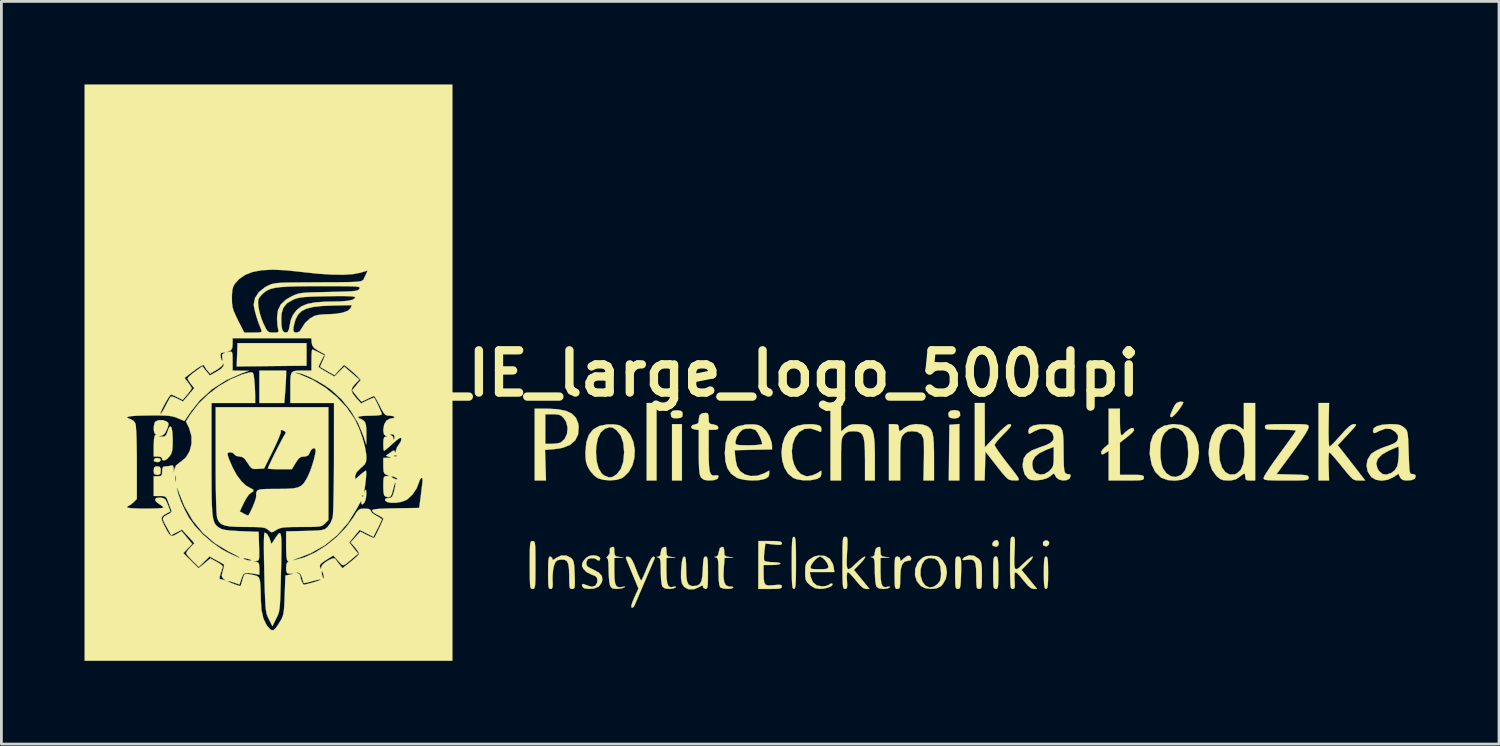
<source format=kicad_pcb>
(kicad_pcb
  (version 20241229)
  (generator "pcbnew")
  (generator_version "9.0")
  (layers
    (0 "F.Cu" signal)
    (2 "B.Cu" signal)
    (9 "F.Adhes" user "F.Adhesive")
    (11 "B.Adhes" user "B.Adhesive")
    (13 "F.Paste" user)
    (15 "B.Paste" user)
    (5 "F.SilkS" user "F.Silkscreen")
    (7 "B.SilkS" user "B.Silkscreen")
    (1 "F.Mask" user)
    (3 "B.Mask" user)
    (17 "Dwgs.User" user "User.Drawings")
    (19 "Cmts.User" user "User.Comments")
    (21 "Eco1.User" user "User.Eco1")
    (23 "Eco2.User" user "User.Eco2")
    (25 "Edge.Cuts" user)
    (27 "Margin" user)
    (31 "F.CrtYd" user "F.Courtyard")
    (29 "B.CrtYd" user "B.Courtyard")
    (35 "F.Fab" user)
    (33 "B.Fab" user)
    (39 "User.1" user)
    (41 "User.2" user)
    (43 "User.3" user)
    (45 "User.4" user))
  (footprint "PŁ_IE_large_logo_500dpi"
    (layer "F.Cu")
    (at 23.983 10.419)
    (property "Reference" "PŁ_IE_large_logo_500dpi" (at 0 0 0) (layer "F.SilkS") (effects (font (size 1.524 1.524) (thickness 0.3))))
    (attr through_hole)
    (fp_poly (pts (xy -3.353 3.861) (xy -3.708 3.861) (xy -3.708 1.067) (xy -3.353 1.067) (xy -3.353 3.861)) (stroke (width 0.01) (type solid)) (fill yes) (layer "F.SilkS"))
    (fp_poly (pts (xy -2.438 3.861) (xy -2.794 3.861) (xy -2.794 1.829) (xy -2.438 1.829) (xy -2.438 3.861)) (stroke (width 0.01) (type solid)) (fill yes) (layer "F.SilkS"))
    (fp_poly (pts (xy -15.977 -0.279) (xy -17.236 -0.266) (xy -18.495 -0.252) (xy -18.481 -0.672) (xy -18.466 -1.092) (xy -15.977 -1.092) (xy -15.977 -0.279)) (stroke (width 0.01) (type solid)) (fill yes) (layer "F.SilkS"))
    (fp_poly (pts (xy 7.569 3.861) (xy 7.379 3.861) (xy 7.188 3.861) (xy 7.198 2.858) (xy 7.209 1.854) (xy 7.569 1.823) (xy 7.569 3.861)) (stroke (width 0.01) (type solid)) (fill yes) (layer "F.SilkS"))
    (fp_poly (pts (xy -21.259 3.074) (xy -21.234 3.124) (xy -21.279 3.185) (xy -21.361 3.2) (xy -21.464 3.174) (xy -21.488 3.124) (xy -21.444 3.063) (xy -21.361 3.048) (xy -21.259 3.074)) (stroke (width 0.01) (type solid)) (fill yes) (layer "F.SilkS"))
    (fp_poly (pts (xy -16.714 0.064) (xy -16.718 0.193) (xy -16.728 0.386) (xy -16.743 0.605) (xy -16.746 0.648) (xy -16.779 1.067) (xy -17.678 1.067) (xy -17.678 -0.102) (xy -16.713 -0.102) (xy -16.714 0.064)) (stroke (width 0.01) (type solid)) (fill yes) (layer "F.SilkS"))
    (fp_poly (pts (xy 10.755 6.031) (xy 10.808 6.091) (xy 10.795 6.173) (xy 10.725 6.233) (xy 10.705 6.239) (xy 10.615 6.213) (xy 10.584 6.171) (xy 10.59 6.079) (xy 10.663 6.025) (xy 10.755 6.031)) (stroke (width 0.01) (type solid)) (fill yes) (layer "F.SilkS"))
    (fp_poly (pts (xy 7.524 1.343) (xy 7.588 1.397) (xy 7.598 1.523) (xy 7.522 1.601) (xy 7.384 1.626) (xy 7.244 1.603) (xy 7.181 1.549) (xy 7.171 1.424) (xy 7.247 1.345) (xy 7.384 1.321) (xy 7.524 1.343)) (stroke (width 0.01) (type solid)) (fill yes) (layer "F.SilkS"))
    (fp_poly (pts (xy 8.936 6.017) (xy 8.99 6.093) (xy 8.983 6.184) (xy 8.923 6.244) (xy 8.893 6.248) (xy 8.794 6.223) (xy 8.76 6.193) (xy 8.763 6.118) (xy 8.822 6.044) (xy 8.901 6.009) (xy 8.936 6.017)) (stroke (width 0.01) (type solid)) (fill yes) (layer "F.SilkS"))
    (fp_poly (pts (xy -21.271 3.369) (xy -21.237 3.439) (xy -21.234 3.505) (xy -21.248 3.614) (xy -21.306 3.654) (xy -21.361 3.658) (xy -21.452 3.641) (xy -21.485 3.571) (xy -21.488 3.505) (xy -21.475 3.396) (xy -21.417 3.356) (xy -21.361 3.353) (xy -21.271 3.369)) (stroke (width 0.01) (type solid)) (fill yes) (layer "F.SilkS"))
    (fp_poly (pts (xy -2.604 1.33) (xy -2.477 1.35) (xy -2.423 1.395) (xy -2.413 1.473) (xy -2.427 1.559) (xy -2.488 1.6) (xy -2.604 1.616) (xy -2.749 1.612) (xy -2.82 1.565) (xy -2.825 1.552) (xy -2.84 1.424) (xy -2.77 1.348) (xy -2.62 1.329) (xy -2.604 1.33)) (stroke (width 0.01) (type solid)) (fill yes) (layer "F.SilkS"))
    (fp_poly (pts (xy 15.646 1.039) (xy 15.616 1.119) (xy 15.54 1.239) (xy 15.44 1.372) (xy 15.338 1.489) (xy 15.256 1.562) (xy 15.228 1.574) (xy 15.183 1.566) (xy 15.174 1.525) (xy 15.205 1.43) (xy 15.257 1.308) (xy 15.336 1.148) (xy 15.409 1.062) (xy 15.495 1.027) (xy 15.51 1.025) (xy 15.609 1.023) (xy 15.646 1.039)) (stroke (width 0.01) (type solid)) (fill yes) (layer "F.SilkS"))
    (fp_poly (pts (xy 10.727 6.62) (xy 10.749 6.677) (xy 10.762 6.792) (xy 10.768 6.98) (xy 10.77 7.188) (xy 10.768 7.445) (xy 10.76 7.616) (xy 10.745 7.716) (xy 10.721 7.763) (xy 10.693 7.772) (xy 10.66 7.757) (xy 10.638 7.699) (xy 10.624 7.584) (xy 10.618 7.396) (xy 10.617 7.188) (xy 10.619 6.932) (xy 10.627 6.761) (xy 10.642 6.66) (xy 10.666 6.613) (xy 10.693 6.604) (xy 10.727 6.62)) (stroke (width 0.01) (type solid)) (fill yes) (layer "F.SilkS"))
    (fp_poly (pts (xy 7.569 6.614) (xy 7.606 6.654) (xy 7.628 6.74) (xy 7.636 6.887) (xy 7.634 7.111) (xy 7.629 7.277) (xy 7.62 7.506) (xy 7.608 7.651) (xy 7.588 7.731) (xy 7.556 7.766) (xy 7.515 7.772) (xy 7.473 7.765) (xy 7.445 7.733) (xy 7.428 7.658) (xy 7.42 7.524) (xy 7.417 7.312) (xy 7.417 7.188) (xy 7.418 6.937) (xy 7.424 6.77) (xy 7.436 6.67) (xy 7.459 6.621) (xy 7.494 6.605) (xy 7.512 6.604) (xy 7.569 6.614)) (stroke (width 0.01) (type solid)) (fill yes) (layer "F.SilkS"))
    (fp_poly (pts (xy 8.92 6.613) (xy 8.946 6.65) (xy 8.962 6.734) (xy 8.97 6.88) (xy 8.974 7.106) (xy 8.974 7.188) (xy 8.974 7.44) (xy 8.969 7.607) (xy 8.956 7.707) (xy 8.934 7.756) (xy 8.898 7.772) (xy 8.882 7.772) (xy 8.842 7.764) (xy 8.815 7.729) (xy 8.799 7.649) (xy 8.791 7.507) (xy 8.789 7.286) (xy 8.788 7.188) (xy 8.79 6.936) (xy 8.796 6.769) (xy 8.809 6.669) (xy 8.832 6.62) (xy 8.867 6.605) (xy 8.88 6.604) (xy 8.92 6.613)) (stroke (width 0.01) (type solid)) (fill yes) (layer "F.SilkS"))
    (fp_poly (pts (xy -7.786 6.05) (xy -7.759 6.073) (xy -7.741 6.129) (xy -7.73 6.231) (xy -7.724 6.395) (xy -7.722 6.634) (xy -7.722 6.909) (xy -7.722 7.223) (xy -7.725 7.451) (xy -7.731 7.605) (xy -7.743 7.7) (xy -7.763 7.75) (xy -7.791 7.769) (xy -7.823 7.772) (xy -7.86 7.768) (xy -7.887 7.745) (xy -7.905 7.689) (xy -7.916 7.586) (xy -7.922 7.423) (xy -7.924 7.184) (xy -7.925 6.909) (xy -7.924 6.594) (xy -7.922 6.367) (xy -7.915 6.213) (xy -7.903 6.118) (xy -7.884 6.068) (xy -7.856 6.048) (xy -7.823 6.045) (xy -7.786 6.05)) (stroke (width 0.01) (type solid)) (fill yes) (layer "F.SilkS"))
    (fp_poly (pts (xy 1.627 5.906) (xy 1.647 5.952) (xy 1.661 6.046) (xy 1.67 6.199) (xy 1.675 6.425) (xy 1.676 6.737) (xy 1.676 6.833) (xy 1.675 7.168) (xy 1.672 7.415) (xy 1.664 7.586) (xy 1.652 7.694) (xy 1.633 7.751) (xy 1.608 7.772) (xy 1.6 7.772) (xy 1.573 7.76) (xy 1.553 7.713) (xy 1.539 7.619) (xy 1.53 7.466) (xy 1.526 7.24) (xy 1.524 6.929) (xy 1.524 6.833) (xy 1.525 6.497) (xy 1.529 6.25) (xy 1.536 6.079) (xy 1.549 5.972) (xy 1.567 5.914) (xy 1.592 5.894) (xy 1.6 5.893) (xy 1.627 5.906)) (stroke (width 0.01) (type solid)) (fill yes) (layer "F.SilkS"))
    (fp_poly (pts (xy 8.099 6.579) (xy 8.257 6.678) (xy 8.316 6.744) (xy 8.352 6.818) (xy 8.372 6.924) (xy 8.381 7.085) (xy 8.382 7.287) (xy 8.38 7.512) (xy 8.373 7.655) (xy 8.356 7.733) (xy 8.326 7.766) (xy 8.28 7.772) (xy 8.233 7.765) (xy 8.203 7.73) (xy 8.187 7.649) (xy 8.18 7.503) (xy 8.179 7.296) (xy 8.173 7.034) (xy 8.15 6.859) (xy 8.101 6.757) (xy 8.018 6.714) (xy 7.894 6.715) (xy 7.848 6.721) (xy 7.716 6.733) (xy 7.677 6.71) (xy 7.73 6.648) (xy 7.76 6.624) (xy 7.921 6.559) (xy 8.099 6.579)) (stroke (width 0.01) (type solid)) (fill yes) (layer "F.SilkS"))
    (fp_poly (pts (xy 5.832 6.664) (xy 5.833 6.672) (xy 5.815 6.738) (xy 5.722 6.756) (xy 5.593 6.788) (xy 5.505 6.889) (xy 5.454 7.068) (xy 5.436 7.334) (xy 5.436 7.377) (xy 5.433 7.576) (xy 5.423 7.695) (xy 5.399 7.753) (xy 5.357 7.771) (xy 5.334 7.772) (xy 5.29 7.766) (xy 5.261 7.736) (xy 5.244 7.665) (xy 5.236 7.536) (xy 5.233 7.331) (xy 5.232 7.188) (xy 5.233 6.937) (xy 5.239 6.771) (xy 5.251 6.671) (xy 5.274 6.622) (xy 5.309 6.605) (xy 5.334 6.604) (xy 5.419 6.64) (xy 5.436 6.703) (xy 5.443 6.762) (xy 5.477 6.755) (xy 5.559 6.679) (xy 5.564 6.674) (xy 5.687 6.583) (xy 5.779 6.579) (xy 5.832 6.664)) (stroke (width 0.01) (type solid)) (fill yes) (layer "F.SilkS"))
    (fp_poly (pts (xy -6.934 1.289) (xy -6.631 1.347) (xy -6.409 1.449) (xy -6.261 1.598) (xy -6.179 1.799) (xy -6.162 1.915) (xy -6.179 2.19) (xy -6.282 2.41) (xy -6.469 2.574) (xy -6.739 2.683) (xy -7.042 2.731) (xy -7.375 2.758) (xy -7.358 3.309) (xy -7.341 3.861) (xy -7.544 3.861) (xy -7.747 3.861) (xy -7.747 1.473) (xy -7.366 1.473) (xy -7.366 2.54) (xy -7.134 2.54) (xy -6.97 2.529) (xy -6.836 2.501) (xy -6.804 2.488) (xy -6.665 2.36) (xy -6.582 2.176) (xy -6.561 1.967) (xy -6.606 1.762) (xy -6.685 1.629) (xy -6.775 1.537) (xy -6.869 1.49) (xy -7.006 1.474) (xy -7.091 1.473) (xy -7.366 1.473) (xy -7.747 1.473) (xy -7.747 1.27) (xy -7.325 1.27) (xy -6.934 1.289)) (stroke (width 0.01) (type solid)) (fill yes) (layer "F.SilkS"))
    (fp_poly (pts (xy -0.942 6.267) (xy -0.917 6.341) (xy -0.914 6.419) (xy -0.905 6.541) (xy -0.856 6.596) (xy -0.749 6.618) (xy -0.584 6.639) (xy -0.9 6.655) (xy -0.929 7.048) (xy -0.938 7.331) (xy -0.913 7.525) (xy -0.85 7.641) (xy -0.746 7.686) (xy -0.695 7.686) (xy -0.605 7.694) (xy -0.586 7.725) (xy -0.657 7.76) (xy -0.784 7.771) (xy -0.924 7.76) (xy -1.033 7.728) (xy -1.057 7.711) (xy -1.089 7.624) (xy -1.11 7.445) (xy -1.118 7.183) (xy -1.118 7.156) (xy -1.12 6.925) (xy -1.129 6.776) (xy -1.148 6.691) (xy -1.179 6.65) (xy -1.206 6.639) (xy -1.266 6.62) (xy -1.228 6.611) (xy -1.21 6.61) (xy -1.138 6.56) (xy -1.108 6.439) (xy -1.068 6.303) (xy -1.003 6.258) (xy -0.942 6.267)) (stroke (width 0.01) (type solid)) (fill yes) (layer "F.SilkS"))
    (fp_poly (pts (xy 3.302 2.092) (xy 3.458 1.96) (xy 3.58 1.877) (xy 3.716 1.838) (xy 3.893 1.829) (xy 4.092 1.837) (xy 4.244 1.87) (xy 4.355 1.939) (xy 4.433 2.056) (xy 4.482 2.232) (xy 4.509 2.479) (xy 4.52 2.809) (xy 4.521 3.045) (xy 4.521 3.861) (xy 4.166 3.861) (xy 4.166 3.121) (xy 4.162 2.77) (xy 4.148 2.508) (xy 4.119 2.322) (xy 4.068 2.2) (xy 3.99 2.128) (xy 3.88 2.093) (xy 3.733 2.084) (xy 3.725 2.084) (xy 3.566 2.099) (xy 3.459 2.159) (xy 3.407 2.217) (xy 3.366 2.277) (xy 3.337 2.349) (xy 3.319 2.45) (xy 3.308 2.598) (xy 3.303 2.812) (xy 3.302 3.106) (xy 3.302 3.861) (xy 2.921 3.861) (xy 2.921 1.067) (xy 3.302 1.067) (xy 3.302 2.092)) (stroke (width 0.01) (type solid)) (fill yes) (layer "F.SilkS"))
    (fp_poly (pts (xy -4.885 6.28) (xy -4.877 6.378) (xy -4.877 6.423) (xy -4.867 6.543) (xy -4.816 6.597) (xy -4.712 6.618) (xy -4.547 6.639) (xy -4.877 6.655) (xy -4.877 7.131) (xy -4.87 7.396) (xy -4.846 7.572) (xy -4.798 7.673) (xy -4.718 7.713) (xy -4.601 7.704) (xy -4.585 7.7) (xy -4.499 7.686) (xy -4.502 7.705) (xy -4.521 7.719) (xy -4.621 7.754) (xy -4.766 7.771) (xy -4.789 7.772) (xy -4.925 7.76) (xy -4.998 7.708) (xy -5.03 7.642) (xy -5.054 7.531) (xy -5.071 7.352) (xy -5.08 7.14) (xy -5.08 7.083) (xy -5.086 6.849) (xy -5.104 6.709) (xy -5.135 6.656) (xy -5.141 6.655) (xy -5.154 6.631) (xy -5.107 6.586) (xy -5.038 6.483) (xy -5.041 6.412) (xy -5.034 6.31) (xy -4.994 6.277) (xy -4.918 6.254) (xy -4.885 6.28)) (stroke (width 0.01) (type solid)) (fill yes) (layer "F.SilkS"))
    (fp_poly (pts (xy -3.005 6.279) (xy -2.997 6.375) (xy -2.997 6.423) (xy -2.987 6.543) (xy -2.936 6.597) (xy -2.832 6.618) (xy -2.667 6.639) (xy -2.997 6.655) (xy -2.997 7.131) (xy -2.99 7.399) (xy -2.965 7.577) (xy -2.916 7.677) (xy -2.839 7.712) (xy -2.739 7.695) (xy -2.662 7.683) (xy -2.664 7.716) (xy -2.733 7.752) (xy -2.86 7.771) (xy -2.897 7.772) (xy -3.052 7.754) (xy -3.138 7.691) (xy -3.148 7.674) (xy -3.171 7.581) (xy -3.19 7.415) (xy -3.199 7.207) (xy -3.2 7.119) (xy -3.203 6.898) (xy -3.213 6.758) (xy -3.235 6.681) (xy -3.271 6.645) (xy -3.289 6.639) (xy -3.352 6.62) (xy -3.316 6.612) (xy -3.289 6.61) (xy -3.22 6.569) (xy -3.2 6.457) (xy -3.174 6.333) (xy -3.12 6.279) (xy -3.04 6.254) (xy -3.005 6.279)) (stroke (width 0.01) (type solid)) (fill yes) (layer "F.SilkS"))
    (fp_poly (pts (xy 4.716 6.279) (xy 4.724 6.375) (xy 4.724 6.423) (xy 4.735 6.543) (xy 4.785 6.597) (xy 4.889 6.618) (xy 5.055 6.639) (xy 4.724 6.655) (xy 4.724 7.131) (xy 4.732 7.399) (xy 4.757 7.577) (xy 4.805 7.677) (xy 4.882 7.712) (xy 4.982 7.695) (xy 5.06 7.683) (xy 5.058 7.716) (xy 4.989 7.752) (xy 4.861 7.771) (xy 4.825 7.772) (xy 4.67 7.754) (xy 4.584 7.691) (xy 4.574 7.674) (xy 4.55 7.581) (xy 4.532 7.415) (xy 4.522 7.207) (xy 4.521 7.119) (xy 4.519 6.898) (xy 4.508 6.758) (xy 4.487 6.681) (xy 4.451 6.645) (xy 4.432 6.639) (xy 4.37 6.62) (xy 4.406 6.612) (xy 4.432 6.61) (xy 4.501 6.569) (xy 4.521 6.457) (xy 4.548 6.333) (xy 4.602 6.279) (xy 4.682 6.254) (xy 4.716 6.279)) (stroke (width 0.01) (type solid)) (fill yes) (layer "F.SilkS"))
    (fp_poly (pts (xy -3.416 6.637) (xy -3.42 6.668) (xy -3.448 6.734) (xy -3.509 6.876) (xy -3.596 7.078) (xy -3.701 7.323) (xy -3.784 7.518) (xy -3.899 7.785) (xy -4.001 8.024) (xy -4.083 8.216) (xy -4.138 8.344) (xy -4.157 8.388) (xy -4.214 8.447) (xy -4.25 8.448) (xy -4.266 8.393) (xy -4.226 8.255) (xy -4.157 8.092) (xy -4.005 7.757) (xy -4.218 7.244) (xy -4.307 7.029) (xy -4.384 6.844) (xy -4.437 6.713) (xy -4.458 6.663) (xy -4.448 6.614) (xy -4.37 6.612) (xy -4.306 6.64) (xy -4.245 6.713) (xy -4.177 6.85) (xy -4.098 7.048) (xy -4.024 7.235) (xy -3.961 7.379) (xy -3.918 7.459) (xy -3.908 7.468) (xy -3.876 7.423) (xy -3.82 7.305) (xy -3.747 7.134) (xy -3.708 7.036) (xy -3.614 6.814) (xy -3.534 6.667) (xy -3.474 6.605) (xy -3.467 6.604) (xy -3.416 6.637)) (stroke (width 0.01) (type solid)) (fill yes) (layer "F.SilkS"))
    (fp_poly (pts (xy -17.401 5.789) (xy -17.321 5.927) (xy -17.29 6.011) (xy -17.244 6.155) (xy -17.118 5.964) (xy -17.046 5.858) (xy -16.99 5.787) (xy -16.947 5.76) (xy -16.916 5.785) (xy -16.896 5.869) (xy -16.885 6.02) (xy -16.882 6.246) (xy -16.885 6.555) (xy -16.893 6.955) (xy -16.898 7.146) (xy -16.908 7.561) (xy -16.917 7.889) (xy -16.926 8.142) (xy -16.937 8.333) (xy -16.951 8.475) (xy -16.969 8.583) (xy -16.994 8.669) (xy -17.025 8.746) (xy -17.065 8.828) (xy -17.07 8.837) (xy -17.208 9.115) (xy -17.336 8.863) (xy -17.373 8.786) (xy -17.402 8.71) (xy -17.426 8.623) (xy -17.444 8.512) (xy -17.458 8.364) (xy -17.469 8.165) (xy -17.479 7.902) (xy -17.49 7.563) (xy -17.5 7.176) (xy -17.51 6.704) (xy -17.515 6.324) (xy -17.514 6.036) (xy -17.507 5.844) (xy -17.494 5.75) (xy -17.487 5.74) (xy -17.401 5.789)) (stroke (width 0.01) (type solid)) (fill yes) (layer "F.SilkS"))
    (fp_poly (pts (xy 6.726 6.588) (xy 6.837 6.627) (xy 6.938 6.717) (xy 6.964 6.745) (xy 7.082 6.947) (xy 7.12 7.179) (xy 7.079 7.41) (xy 6.962 7.612) (xy 6.89 7.682) (xy 6.736 7.752) (xy 6.538 7.772) (xy 6.337 7.744) (xy 6.183 7.67) (xy 6.038 7.497) (xy 5.969 7.283) (xy 5.97 7.262) (xy 6.166 7.262) (xy 6.17 7.296) (xy 6.236 7.512) (xy 6.346 7.655) (xy 6.488 7.719) (xy 6.645 7.695) (xy 6.784 7.597) (xy 6.866 7.49) (xy 6.902 7.357) (xy 6.909 7.218) (xy 6.885 6.954) (xy 6.81 6.775) (xy 6.68 6.678) (xy 6.493 6.658) (xy 6.444 6.663) (xy 6.323 6.728) (xy 6.229 6.866) (xy 6.173 7.053) (xy 6.166 7.262) (xy 5.97 7.262) (xy 5.976 7.054) (xy 6.06 6.84) (xy 6.155 6.723) (xy 6.272 6.631) (xy 6.398 6.588) (xy 6.561 6.579) (xy 6.726 6.588)) (stroke (width 0.01) (type solid)) (fill yes) (layer "F.SilkS"))
    (fp_poly (pts (xy 8.486 1.867) (xy 8.488 2.667) (xy 8.88 2.247) (xy 9.044 2.079) (xy 9.191 1.943) (xy 9.304 1.854) (xy 9.36 1.828) (xy 9.425 1.838) (xy 9.437 1.875) (xy 9.392 1.949) (xy 9.282 2.071) (xy 9.144 2.21) (xy 9.004 2.356) (xy 8.898 2.481) (xy 8.843 2.566) (xy 8.839 2.581) (xy 8.869 2.645) (xy 8.951 2.771) (xy 9.073 2.942) (xy 9.224 3.142) (xy 9.262 3.192) (xy 9.455 3.439) (xy 9.591 3.617) (xy 9.676 3.736) (xy 9.713 3.808) (xy 9.708 3.845) (xy 9.665 3.858) (xy 9.59 3.858) (xy 9.541 3.857) (xy 9.449 3.853) (xy 9.375 3.835) (xy 9.303 3.791) (xy 9.217 3.707) (xy 9.101 3.571) (xy 8.941 3.369) (xy 8.915 3.336) (xy 8.509 2.819) (xy 8.495 3.34) (xy 8.48 3.861) (xy 8.128 3.861) (xy 8.128 1.067) (xy 8.484 1.067) (xy 8.486 1.867)) (stroke (width 0.01) (type solid)) (fill yes) (layer "F.SilkS"))
    (fp_poly (pts (xy 13.36 1.753) (xy 13.367 2.013) (xy 13.388 2.174) (xy 13.423 2.237) (xy 13.473 2.206) (xy 13.486 2.187) (xy 13.545 2.126) (xy 13.649 2.043) (xy 13.661 2.035) (xy 13.768 1.971) (xy 13.833 1.972) (xy 13.86 1.997) (xy 13.87 2.049) (xy 13.817 2.124) (xy 13.692 2.236) (xy 13.638 2.279) (xy 13.36 2.495) (xy 13.36 3.658) (xy 13.792 3.658) (xy 14.002 3.659) (xy 14.13 3.668) (xy 14.197 3.689) (xy 14.221 3.725) (xy 14.224 3.759) (xy 14.218 3.801) (xy 14.19 3.83) (xy 14.122 3.847) (xy 13.999 3.857) (xy 13.804 3.86) (xy 13.589 3.861) (xy 12.954 3.861) (xy 12.954 2.792) (xy 12.833 2.871) (xy 12.744 2.921) (xy 12.7 2.909) (xy 12.683 2.874) (xy 12.701 2.789) (xy 12.793 2.682) (xy 12.804 2.673) (xy 12.954 2.547) (xy 12.954 1.27) (xy 13.36 1.27) (xy 13.36 1.753)) (stroke (width 0.01) (type solid)) (fill yes) (layer "F.SilkS"))
    (fp_poly (pts (xy 0.957 6.048) (xy 1.086 6.06) (xy 1.15 6.084) (xy 1.168 6.123) (xy 1.168 6.124) (xy 1.153 6.167) (xy 1.091 6.184) (xy 0.962 6.178) (xy 0.87 6.169) (xy 0.572 6.135) (xy 0.536 6.419) (xy 0.522 6.585) (xy 0.523 6.71) (xy 0.533 6.756) (xy 0.598 6.784) (xy 0.73 6.803) (xy 0.841 6.807) (xy 0.993 6.816) (xy 1.094 6.837) (xy 1.118 6.858) (xy 1.071 6.885) (xy 0.95 6.903) (xy 0.813 6.909) (xy 0.508 6.909) (xy 0.509 7.176) (xy 0.513 7.403) (xy 0.534 7.546) (xy 0.584 7.622) (xy 0.678 7.648) (xy 0.828 7.641) (xy 0.869 7.637) (xy 1.038 7.623) (xy 1.129 7.629) (xy 1.164 7.659) (xy 1.168 7.689) (xy 1.154 7.73) (xy 1.099 7.756) (xy 0.983 7.768) (xy 0.789 7.772) (xy 0.743 7.772) (xy 0.317 7.772) (xy 0.319 6.909) (xy 0.32 6.045) (xy 0.744 6.045) (xy 0.957 6.048)) (stroke (width 0.01) (type solid)) (fill yes) (layer "F.SilkS"))
    (fp_poly (pts (xy 2.411 1.85) (xy 2.534 1.886) (xy 2.584 1.947) (xy 2.591 2.01) (xy 2.585 2.093) (xy 2.549 2.108) (xy 2.454 2.066) (xy 2.441 2.059) (xy 2.208 1.984) (xy 1.988 2) (xy 1.8 2.105) (xy 1.779 2.125) (xy 1.64 2.318) (xy 1.558 2.55) (xy 1.527 2.801) (xy 1.545 3.053) (xy 1.608 3.288) (xy 1.713 3.487) (xy 1.855 3.632) (xy 2.031 3.704) (xy 2.092 3.708) (xy 2.253 3.681) (xy 2.415 3.614) (xy 2.426 3.607) (xy 2.591 3.507) (xy 2.591 3.628) (xy 2.561 3.729) (xy 2.455 3.796) (xy 2.431 3.805) (xy 2.198 3.853) (xy 1.94 3.855) (xy 1.7 3.815) (xy 1.574 3.766) (xy 1.389 3.613) (xy 1.258 3.395) (xy 1.179 3.133) (xy 1.155 2.849) (xy 1.185 2.565) (xy 1.27 2.303) (xy 1.41 2.084) (xy 1.526 1.98) (xy 1.717 1.891) (xy 1.968 1.839) (xy 2.24 1.83) (xy 2.411 1.85)) (stroke (width 0.01) (type solid)) (fill yes) (layer "F.SilkS"))
    (fp_poly (pts (xy 6.232 1.843) (xy 6.377 1.889) (xy 6.473 1.945) (xy 6.544 2.021) (xy 6.595 2.133) (xy 6.627 2.294) (xy 6.646 2.519) (xy 6.654 2.822) (xy 6.655 3.045) (xy 6.655 3.861) (xy 6.464 3.861) (xy 6.274 3.861) (xy 6.289 3.165) (xy 6.293 2.9) (xy 6.292 2.663) (xy 6.288 2.479) (xy 6.279 2.368) (xy 6.277 2.355) (xy 6.198 2.195) (xy 6.054 2.107) (xy 5.867 2.083) (xy 5.707 2.097) (xy 5.601 2.152) (xy 5.541 2.217) (xy 5.5 2.277) (xy 5.471 2.349) (xy 5.452 2.45) (xy 5.442 2.598) (xy 5.437 2.812) (xy 5.436 3.106) (xy 5.436 3.861) (xy 5.029 3.861) (xy 5.029 1.829) (xy 5.207 1.829) (xy 5.327 1.838) (xy 5.376 1.881) (xy 5.385 1.956) (xy 5.395 2.051) (xy 5.416 2.083) (xy 5.471 2.053) (xy 5.569 1.979) (xy 5.597 1.956) (xy 5.773 1.865) (xy 5.998 1.826) (xy 6.232 1.843)) (stroke (width 0.01) (type solid)) (fill yes) (layer "F.SilkS"))
    (fp_poly (pts (xy -5.506 6.578) (xy -5.41 6.628) (xy -5.385 6.681) (xy -5.412 6.75) (xy -5.483 6.734) (xy -5.521 6.702) (xy -5.608 6.667) (xy -5.722 6.664) (xy -5.833 6.698) (xy -5.879 6.786) (xy -5.883 6.819) (xy -5.882 6.902) (xy -5.843 6.963) (xy -5.743 7.025) (xy -5.624 7.08) (xy -5.428 7.189) (xy -5.325 7.307) (xy -5.308 7.448) (xy -5.335 7.546) (xy -5.431 7.681) (xy -5.597 7.755) (xy -5.789 7.772) (xy -5.953 7.753) (xy -6.027 7.695) (xy -6.028 7.694) (xy -6.042 7.611) (xy -5.99 7.594) (xy -5.865 7.642) (xy -5.852 7.648) (xy -5.686 7.695) (xy -5.562 7.659) (xy -5.495 7.547) (xy -5.486 7.47) (xy -5.5 7.373) (xy -5.557 7.311) (xy -5.685 7.258) (xy -5.702 7.252) (xy -5.886 7.159) (xy -5.994 7.044) (xy -6.042 6.936) (xy -6.031 6.845) (xy -5.993 6.77) (xy -5.894 6.654) (xy -5.784 6.585) (xy -5.642 6.561) (xy -5.506 6.578)) (stroke (width 0.01) (type solid)) (fill yes) (layer "F.SilkS"))
    (fp_poly (pts (xy -21.028 1.731) (xy -21.015 1.74) (xy -20.964 1.787) (xy -20.955 1.846) (xy -20.986 1.951) (xy -21.012 2.017) (xy -21.086 2.164) (xy -21.172 2.235) (xy -21.228 2.25) (xy -21.31 2.265) (xy -21.298 2.273) (xy -21.204 2.278) (xy -21.102 2.273) (xy -21.042 2.226) (xy -20.995 2.111) (xy -20.985 2.077) (xy -20.931 1.943) (xy -20.884 1.906) (xy -20.846 1.96) (xy -20.818 2.101) (xy -20.804 2.324) (xy -20.803 2.411) (xy -20.807 2.637) (xy -20.824 2.789) (xy -20.858 2.897) (xy -20.91 2.981) (xy -21.012 3.088) (xy -21.105 3.14) (xy -21.169 3.127) (xy -21.184 3.077) (xy -21.224 3.015) (xy -21.336 2.997) (xy -21.488 2.997) (xy -21.488 2.62) (xy -21.48 2.389) (xy -21.454 2.255) (xy -21.425 2.218) (xy -21.387 2.195) (xy -21.425 2.188) (xy -21.467 2.142) (xy -21.486 2.034) (xy -21.483 1.903) (xy -21.457 1.787) (xy -21.427 1.737) (xy -21.315 1.686) (xy -21.165 1.684) (xy -21.028 1.731)) (stroke (width 0.01) (type solid)) (fill yes) (layer "F.SilkS"))
    (fp_poly (pts (xy -1.506 1.441) (xy -1.478 1.515) (xy -1.473 1.622) (xy -1.466 1.752) (xy -1.43 1.812) (xy -1.339 1.835) (xy -1.309 1.838) (xy -1.172 1.878) (xy -1.127 1.943) (xy -1.136 2.004) (xy -1.209 2.029) (xy -1.292 2.032) (xy -1.473 2.032) (xy -1.473 2.79) (xy -1.47 3.124) (xy -1.458 3.368) (xy -1.434 3.534) (xy -1.394 3.634) (xy -1.336 3.679) (xy -1.255 3.68) (xy -1.22 3.673) (xy -1.135 3.676) (xy -1.118 3.722) (xy -1.156 3.802) (xy -1.275 3.847) (xy -1.474 3.861) (xy -1.635 3.839) (xy -1.736 3.766) (xy -1.75 3.748) (xy -1.781 3.683) (xy -1.803 3.583) (xy -1.818 3.432) (xy -1.826 3.214) (xy -1.829 2.913) (xy -1.829 2.837) (xy -1.829 2.039) (xy -1.968 2.023) (xy -2.076 1.986) (xy -2.108 1.93) (xy -2.063 1.867) (xy -1.968 1.838) (xy -1.872 1.813) (xy -1.834 1.744) (xy -1.829 1.653) (xy -1.803 1.512) (xy -1.714 1.44) (xy -1.571 1.422) (xy -1.506 1.441)) (stroke (width 0.01) (type solid)) (fill yes) (layer "F.SilkS"))
    (fp_poly (pts (xy -1.546 6.616) (xy -1.522 6.661) (xy -1.507 6.758) (xy -1.501 6.922) (xy -1.499 7.169) (xy -1.499 7.188) (xy -1.5 7.441) (xy -1.506 7.608) (xy -1.519 7.708) (xy -1.543 7.757) (xy -1.578 7.772) (xy -1.587 7.772) (xy -1.663 7.736) (xy -1.676 7.695) (xy -1.688 7.646) (xy -1.74 7.659) (xy -1.791 7.69) (xy -1.992 7.781) (xy -2.175 7.785) (xy -2.241 7.766) (xy -2.361 7.694) (xy -2.436 7.573) (xy -2.47 7.388) (xy -2.469 7.125) (xy -2.461 7.025) (xy -2.438 6.801) (xy -2.409 6.667) (xy -2.373 6.609) (xy -2.356 6.604) (xy -2.321 6.628) (xy -2.299 6.709) (xy -2.288 6.865) (xy -2.286 7.039) (xy -2.279 7.31) (xy -2.253 7.494) (xy -2.204 7.606) (xy -2.125 7.66) (xy -2.04 7.671) (xy -1.896 7.656) (xy -1.798 7.602) (xy -1.736 7.492) (xy -1.7 7.312) (xy -1.684 7.065) (xy -1.673 6.843) (xy -1.657 6.704) (xy -1.633 6.631) (xy -1.597 6.605) (xy -1.582 6.604) (xy -1.546 6.616)) (stroke (width 0.01) (type solid)) (fill yes) (layer "F.SilkS"))
    (fp_poly (pts (xy 15.608 1.861) (xy 15.833 1.964) (xy 16.009 2.146) (xy 16.091 2.284) (xy 16.186 2.564) (xy 16.211 2.866) (xy 16.171 3.164) (xy 16.07 3.435) (xy 15.913 3.655) (xy 15.804 3.746) (xy 15.595 3.834) (xy 15.343 3.867) (xy 15.088 3.846) (xy 14.87 3.769) (xy 14.833 3.747) (xy 14.636 3.554) (xy 14.506 3.288) (xy 14.442 2.947) (xy 14.437 2.87) (xy 14.445 2.74) (xy 14.818 2.74) (xy 14.822 3.013) (xy 14.857 3.26) (xy 14.908 3.418) (xy 15.036 3.601) (xy 15.2 3.708) (xy 15.378 3.734) (xy 15.551 3.671) (xy 15.586 3.645) (xy 15.705 3.5) (xy 15.781 3.295) (xy 15.818 3.015) (xy 15.822 2.845) (xy 15.804 2.519) (xy 15.741 2.275) (xy 15.63 2.101) (xy 15.472 1.988) (xy 15.298 1.955) (xy 15.125 2.01) (xy 14.977 2.141) (xy 14.899 2.274) (xy 14.843 2.48) (xy 14.818 2.74) (xy 14.445 2.74) (xy 14.458 2.523) (xy 14.551 2.241) (xy 14.714 2.029) (xy 14.944 1.891) (xy 15.237 1.831) (xy 15.316 1.829) (xy 15.608 1.861)) (stroke (width 0.01) (type solid)) (fill yes) (layer "F.SilkS"))
    (fp_poly (pts (xy 20.888 1.854) (xy 20.885 2.143) (xy 20.888 2.379) (xy 20.897 2.547) (xy 20.911 2.633) (xy 20.918 2.642) (xy 20.969 2.605) (xy 21.069 2.508) (xy 21.203 2.364) (xy 21.316 2.237) (xy 21.5 2.033) (xy 21.638 1.904) (xy 21.74 1.841) (xy 21.788 1.83) (xy 21.871 1.834) (xy 21.876 1.865) (xy 21.816 1.943) (xy 21.732 2.038) (xy 21.606 2.176) (xy 21.468 2.323) (xy 21.215 2.588) (xy 21.367 2.78) (xy 21.463 2.902) (xy 21.6 3.077) (xy 21.757 3.279) (xy 21.863 3.416) (xy 22.208 3.861) (xy 21.988 3.86) (xy 21.895 3.857) (xy 21.821 3.841) (xy 21.748 3.798) (xy 21.662 3.715) (xy 21.546 3.581) (xy 21.384 3.381) (xy 21.361 3.353) (xy 21.205 3.162) (xy 21.07 3.004) (xy 20.969 2.893) (xy 20.915 2.846) (xy 20.912 2.845) (xy 20.896 2.892) (xy 20.886 3.019) (xy 20.884 3.205) (xy 20.887 3.353) (xy 20.904 3.861) (xy 20.714 3.861) (xy 20.523 3.861) (xy 20.523 1.067) (xy 20.714 1.067) (xy 20.904 1.067) (xy 20.888 1.854)) (stroke (width 0.01) (type solid)) (fill yes) (layer "F.SilkS"))
    (fp_poly (pts (xy -6.6 6.571) (xy -6.445 6.65) (xy -6.389 6.704) (xy -6.353 6.771) (xy -6.33 6.874) (xy -6.316 7.037) (xy -6.307 7.26) (xy -6.3 7.492) (xy -6.301 7.641) (xy -6.313 7.725) (xy -6.338 7.762) (xy -6.381 7.772) (xy -6.396 7.772) (xy -6.447 7.766) (xy -6.478 7.732) (xy -6.495 7.652) (xy -6.501 7.507) (xy -6.502 7.325) (xy -6.51 7.057) (xy -6.536 6.876) (xy -6.588 6.768) (xy -6.674 6.719) (xy -6.799 6.713) (xy -6.809 6.714) (xy -6.927 6.738) (xy -6.996 6.799) (xy -7.05 6.929) (xy -7.052 6.934) (xy -7.086 7.1) (xy -7.103 7.31) (xy -7.103 7.455) (xy -7.097 7.63) (xy -7.108 7.727) (xy -7.138 7.767) (xy -7.176 7.773) (xy -7.214 7.763) (xy -7.239 7.723) (xy -7.255 7.635) (xy -7.262 7.484) (xy -7.264 7.251) (xy -7.264 7.188) (xy -7.262 6.932) (xy -7.255 6.761) (xy -7.24 6.66) (xy -7.215 6.613) (xy -7.188 6.604) (xy -7.122 6.645) (xy -7.112 6.684) (xy -7.099 6.728) (xy -7.046 6.709) (xy -6.978 6.658) (xy -6.793 6.568) (xy -6.6 6.571)) (stroke (width 0.01) (type solid)) (fill yes) (layer "F.SilkS"))
    (fp_poly (pts (xy -4.734 1.861) (xy -4.673 1.88) (xy -4.454 2.021) (xy -4.292 2.228) (xy -4.187 2.48) (xy -4.14 2.757) (xy -4.151 3.041) (xy -4.222 3.312) (xy -4.352 3.55) (xy -4.541 3.735) (xy -4.626 3.786) (xy -4.806 3.84) (xy -5.036 3.857) (xy -5.27 3.837) (xy -5.465 3.781) (xy -5.476 3.776) (xy -5.611 3.674) (xy -5.744 3.518) (xy -5.781 3.46) (xy -5.856 3.315) (xy -5.898 3.177) (xy -5.915 3.006) (xy -5.917 2.845) (xy -5.537 2.845) (xy -5.513 3.166) (xy -5.442 3.425) (xy -5.331 3.609) (xy -5.239 3.683) (xy -5.074 3.748) (xy -4.936 3.733) (xy -4.788 3.635) (xy -4.641 3.447) (xy -4.551 3.18) (xy -4.521 2.845) (xy -4.552 2.507) (xy -4.642 2.241) (xy -4.788 2.054) (xy -4.928 1.958) (xy -5.052 1.938) (xy -5.202 1.991) (xy -5.229 2.005) (xy -5.373 2.135) (xy -5.474 2.35) (xy -5.528 2.64) (xy -5.537 2.845) (xy -5.917 2.845) (xy -5.887 2.492) (xy -5.796 2.219) (xy -5.641 2.021) (xy -5.418 1.896) (xy -5.126 1.838) (xy -5.121 1.838) (xy -4.913 1.837) (xy -4.734 1.861)) (stroke (width 0.01) (type solid)) (fill yes) (layer "F.SilkS"))
    (fp_poly (pts (xy 2.724 6.584) (xy 2.895 6.685) (xy 3.004 6.864) (xy 3.031 6.972) (xy 3.061 7.163) (xy 2.172 7.163) (xy 2.205 7.328) (xy 2.284 7.526) (xy 2.425 7.644) (xy 2.615 7.681) (xy 2.754 7.667) (xy 2.851 7.632) (xy 2.86 7.625) (xy 2.94 7.574) (xy 2.992 7.588) (xy 2.997 7.612) (xy 2.952 7.67) (xy 2.835 7.723) (xy 2.679 7.761) (xy 2.538 7.772) (xy 2.359 7.745) (xy 2.2 7.648) (xy 2.173 7.624) (xy 2.079 7.531) (xy 2.029 7.443) (xy 2.01 7.32) (xy 2.007 7.168) (xy 2.012 7.008) (xy 2.199 7.008) (xy 2.221 7.042) (xy 2.298 7.057) (xy 2.451 7.061) (xy 2.511 7.061) (xy 2.691 7.058) (xy 2.791 7.045) (xy 2.835 7.013) (xy 2.845 6.957) (xy 2.845 6.957) (xy 2.811 6.858) (xy 2.73 6.742) (xy 2.632 6.646) (xy 2.547 6.604) (xy 2.545 6.604) (xy 2.46 6.642) (xy 2.354 6.735) (xy 2.26 6.851) (xy 2.21 6.947) (xy 2.199 7.008) (xy 2.012 7.008) (xy 2.013 6.984) (xy 2.04 6.864) (xy 2.099 6.771) (xy 2.14 6.727) (xy 2.326 6.607) (xy 2.499 6.567) (xy 2.724 6.584)) (stroke (width 0.01) (type solid)) (fill yes) (layer "F.SilkS"))
    (fp_poly (pts (xy 9.533 5.9) (xy 9.558 5.935) (xy 9.57 6.015) (xy 9.571 6.158) (xy 9.563 6.382) (xy 9.561 6.423) (xy 9.55 6.716) (xy 9.552 6.914) (xy 9.572 7.028) (xy 9.616 7.064) (xy 9.69 7.032) (xy 9.799 6.938) (xy 9.871 6.867) (xy 10.011 6.739) (xy 10.13 6.645) (xy 10.206 6.604) (xy 10.21 6.604) (xy 10.215 6.636) (xy 10.159 6.721) (xy 10.052 6.84) (xy 10.047 6.845) (xy 9.811 7.087) (xy 9.937 7.239) (xy 10.051 7.378) (xy 10.181 7.537) (xy 10.218 7.582) (xy 10.372 7.772) (xy 10.248 7.772) (xy 10.156 7.745) (xy 10.045 7.655) (xy 9.902 7.489) (xy 9.885 7.468) (xy 9.764 7.322) (xy 9.662 7.214) (xy 9.598 7.164) (xy 9.592 7.163) (xy 9.563 7.211) (xy 9.555 7.349) (xy 9.56 7.468) (xy 9.569 7.638) (xy 9.56 7.73) (xy 9.529 7.767) (xy 9.49 7.772) (xy 9.458 7.766) (xy 9.434 7.738) (xy 9.417 7.674) (xy 9.407 7.562) (xy 9.401 7.387) (xy 9.398 7.137) (xy 9.398 6.833) (xy 9.399 6.502) (xy 9.401 6.259) (xy 9.407 6.091) (xy 9.418 5.984) (xy 9.436 5.924) (xy 9.46 5.898) (xy 9.491 5.893) (xy 9.533 5.9)) (stroke (width 0.01) (type solid)) (fill yes) (layer "F.SilkS"))
    (fp_poly (pts (xy 18.237 3.861) (xy 18.059 3.861) (xy 17.939 3.851) (xy 17.89 3.809) (xy 17.882 3.734) (xy 17.871 3.638) (xy 17.851 3.607) (xy 17.796 3.637) (xy 17.698 3.71) (xy 17.669 3.734) (xy 17.536 3.82) (xy 17.379 3.856) (xy 17.263 3.861) (xy 17.093 3.851) (xy 16.975 3.807) (xy 16.858 3.711) (xy 16.84 3.693) (xy 16.686 3.483) (xy 16.595 3.218) (xy 16.561 2.883) (xy 16.561 2.841) (xy 16.562 2.833) (xy 16.936 2.833) (xy 16.962 3.128) (xy 16.966 3.15) (xy 17.042 3.391) (xy 17.162 3.559) (xy 17.314 3.645) (xy 17.489 3.642) (xy 17.58 3.605) (xy 17.716 3.479) (xy 17.805 3.27) (xy 17.849 2.974) (xy 17.854 2.819) (xy 17.84 2.516) (xy 17.79 2.294) (xy 17.698 2.137) (xy 17.571 2.037) (xy 17.406 1.991) (xy 17.255 2.032) (xy 17.126 2.15) (xy 17.025 2.331) (xy 16.96 2.563) (xy 16.936 2.833) (xy 16.562 2.833) (xy 16.59 2.529) (xy 16.673 2.252) (xy 16.799 2.033) (xy 16.874 1.956) (xy 17.057 1.86) (xy 17.28 1.823) (xy 17.504 1.845) (xy 17.69 1.929) (xy 17.697 1.934) (xy 17.831 2.039) (xy 17.831 1.067) (xy 18.237 1.067) (xy 18.237 3.861)) (stroke (width 0.01) (type solid)) (fill yes) (layer "F.SilkS"))
    (fp_poly (pts (xy 3.495 5.899) (xy 3.522 5.929) (xy 3.534 6.002) (xy 3.534 6.134) (xy 3.525 6.346) (xy 3.52 6.421) (xy 3.506 6.714) (xy 3.506 6.914) (xy 3.526 7.028) (xy 3.57 7.064) (xy 3.645 7.031) (xy 3.756 6.936) (xy 3.826 6.867) (xy 3.966 6.739) (xy 4.085 6.645) (xy 4.161 6.604) (xy 4.165 6.604) (xy 4.17 6.636) (xy 4.113 6.721) (xy 4.007 6.84) (xy 4.002 6.845) (xy 3.766 7.087) (xy 3.892 7.239) (xy 4.006 7.378) (xy 4.136 7.537) (xy 4.172 7.582) (xy 4.327 7.772) (xy 4.203 7.772) (xy 4.111 7.745) (xy 4 7.655) (xy 3.856 7.489) (xy 3.84 7.468) (xy 3.718 7.322) (xy 3.616 7.214) (xy 3.552 7.164) (xy 3.547 7.163) (xy 3.517 7.211) (xy 3.509 7.349) (xy 3.515 7.468) (xy 3.524 7.638) (xy 3.515 7.73) (xy 3.484 7.767) (xy 3.445 7.772) (xy 3.412 7.766) (xy 3.389 7.738) (xy 3.372 7.674) (xy 3.362 7.562) (xy 3.356 7.387) (xy 3.353 7.137) (xy 3.353 6.833) (xy 3.353 6.502) (xy 3.356 6.26) (xy 3.362 6.092) (xy 3.372 5.985) (xy 3.389 5.925) (xy 3.414 5.899) (xy 3.448 5.893) (xy 3.452 5.893) (xy 3.495 5.899)) (stroke (width 0.01) (type solid)) (fill yes) (layer "F.SilkS"))
    (fp_poly (pts (xy 19.678 1.829) (xy 19.89 1.832) (xy 20.029 1.839) (xy 20.112 1.852) (xy 20.153 1.875) (xy 20.166 1.908) (xy 20.168 1.945) (xy 20.137 2.026) (xy 20.052 2.176) (xy 19.918 2.382) (xy 19.744 2.633) (xy 19.588 2.847) (xy 19.009 3.632) (xy 19.588 3.647) (xy 19.838 3.654) (xy 20.004 3.664) (xy 20.103 3.679) (xy 20.151 3.704) (xy 20.167 3.741) (xy 20.168 3.761) (xy 20.163 3.798) (xy 20.138 3.825) (xy 20.078 3.843) (xy 19.97 3.853) (xy 19.797 3.859) (xy 19.547 3.861) (xy 19.355 3.861) (xy 19.05 3.86) (xy 18.832 3.856) (xy 18.687 3.849) (xy 18.6 3.835) (xy 18.557 3.813) (xy 18.543 3.783) (xy 18.542 3.77) (xy 18.571 3.702) (xy 18.652 3.568) (xy 18.775 3.381) (xy 18.932 3.155) (xy 19.112 2.905) (xy 19.126 2.887) (xy 19.307 2.64) (xy 19.465 2.421) (xy 19.591 2.244) (xy 19.676 2.12) (xy 19.71 2.064) (xy 19.71 2.063) (xy 19.663 2.05) (xy 19.535 2.04) (xy 19.346 2.034) (xy 19.152 2.032) (xy 18.907 2.031) (xy 18.747 2.025) (xy 18.652 2.012) (xy 18.607 1.988) (xy 18.593 1.95) (xy 18.593 1.93) (xy 18.598 1.892) (xy 18.622 1.865) (xy 18.681 1.847) (xy 18.789 1.836) (xy 18.962 1.831) (xy 19.213 1.829) (xy 19.38 1.829) (xy 19.678 1.829)) (stroke (width 0.01) (type solid)) (fill yes) (layer "F.SilkS"))
    (fp_poly (pts (xy 0.302 1.86) (xy 0.424 1.915) (xy 0.447 1.929) (xy 0.595 2.067) (xy 0.718 2.265) (xy 0.796 2.481) (xy 0.812 2.602) (xy 0.813 2.74) (xy 0.14 2.754) (xy -0.533 2.769) (xy -0.519 2.972) (xy -0.494 3.155) (xy -0.454 3.331) (xy -0.45 3.344) (xy -0.345 3.52) (xy -0.173 3.641) (xy 0.042 3.7) (xy 0.28 3.691) (xy 0.516 3.609) (xy 0.521 3.607) (xy 0.711 3.505) (xy 0.711 3.627) (xy 0.682 3.728) (xy 0.577 3.795) (xy 0.551 3.805) (xy 0.343 3.849) (xy 0.09 3.86) (xy -0.165 3.84) (xy -0.383 3.792) (xy -0.465 3.758) (xy -0.664 3.615) (xy -0.796 3.424) (xy -0.869 3.17) (xy -0.889 2.87) (xy -0.862 2.514) (xy -0.854 2.487) (xy -0.508 2.487) (xy -0.501 2.535) (xy -0.468 2.566) (xy -0.391 2.582) (xy -0.249 2.589) (xy -0.025 2.591) (xy 0.196 2.586) (xy 0.36 2.572) (xy 0.447 2.552) (xy 0.457 2.541) (xy 0.432 2.427) (xy 0.371 2.279) (xy 0.293 2.138) (xy 0.219 2.044) (xy 0.2 2.031) (xy 0.031 1.985) (xy -0.159 1.998) (xy -0.257 2.034) (xy -0.363 2.133) (xy -0.455 2.286) (xy -0.505 2.446) (xy -0.508 2.487) (xy -0.854 2.487) (xy -0.78 2.239) (xy -0.636 2.04) (xy -0.427 1.911) (xy -0.148 1.847) (xy -0.052 1.84) (xy 0.156 1.838) (xy 0.302 1.86)) (stroke (width 0.01) (type solid)) (fill yes) (layer "F.SilkS"))
    (fp_poly (pts (xy 10.78 1.838) (xy 10.972 1.853) (xy 11.113 1.883) (xy 11.211 1.942) (xy 11.274 2.043) (xy 11.309 2.201) (xy 11.324 2.43) (xy 11.328 2.743) (xy 11.328 2.819) (xy 11.331 3.121) (xy 11.338 3.336) (xy 11.352 3.478) (xy 11.374 3.564) (xy 11.402 3.605) (xy 11.489 3.641) (xy 11.529 3.634) (xy 11.572 3.647) (xy 11.582 3.704) (xy 11.54 3.796) (xy 11.436 3.848) (xy 11.301 3.86) (xy 11.167 3.829) (xy 11.067 3.754) (xy 11.054 3.734) (xy 11.005 3.645) (xy 10.985 3.611) (xy 10.944 3.627) (xy 10.861 3.695) (xy 10.845 3.709) (xy 10.714 3.785) (xy 10.531 3.836) (xy 10.334 3.856) (xy 10.159 3.842) (xy 10.054 3.799) (xy 9.924 3.636) (xy 9.862 3.408) (xy 9.855 3.276) (xy 10.196 3.276) (xy 10.23 3.463) (xy 10.329 3.59) (xy 10.472 3.648) (xy 10.638 3.63) (xy 10.806 3.527) (xy 10.824 3.509) (xy 10.903 3.421) (xy 10.948 3.333) (xy 10.968 3.212) (xy 10.973 3.026) (xy 10.973 3.004) (xy 10.973 2.647) (xy 10.706 2.754) (xy 10.457 2.874) (xy 10.297 3.003) (xy 10.214 3.153) (xy 10.196 3.276) (xy 9.855 3.276) (xy 9.855 3.275) (xy 9.889 3.069) (xy 9.996 2.906) (xy 10.185 2.775) (xy 10.445 2.674) (xy 10.694 2.587) (xy 10.856 2.505) (xy 10.944 2.418) (xy 10.973 2.317) (xy 10.973 2.31) (xy 10.93 2.151) (xy 10.817 2.042) (xy 10.655 1.991) (xy 10.464 2.004) (xy 10.273 2.083) (xy 10.146 2.157) (xy 10.083 2.175) (xy 10.061 2.134) (xy 10.058 2.061) (xy 10.106 1.952) (xy 10.244 1.877) (xy 10.467 1.839) (xy 10.771 1.837) (xy 10.78 1.838)) (stroke (width 0.01) (type solid)) (fill yes) (layer "F.SilkS"))
    (fp_poly (pts (xy 23.332 1.836) (xy 23.463 1.862) (xy 23.565 1.918) (xy 23.606 1.951) (xy 23.661 2) (xy 23.7 2.051) (xy 23.726 2.121) (xy 23.744 2.227) (xy 23.757 2.386) (xy 23.766 2.617) (xy 23.774 2.853) (xy 23.785 3.149) (xy 23.794 3.359) (xy 23.806 3.497) (xy 23.823 3.577) (xy 23.848 3.616) (xy 23.883 3.628) (xy 23.914 3.628) (xy 24.009 3.655) (xy 24.028 3.712) (xy 23.991 3.799) (xy 23.875 3.847) (xy 23.693 3.861) (xy 23.556 3.841) (xy 23.479 3.77) (xy 23.463 3.739) (xy 23.407 3.618) (xy 23.228 3.739) (xy 23.02 3.835) (xy 22.796 3.867) (xy 22.587 3.833) (xy 22.428 3.738) (xy 22.3 3.547) (xy 22.255 3.328) (xy 22.267 3.254) (xy 22.605 3.254) (xy 22.652 3.434) (xy 22.711 3.524) (xy 22.835 3.631) (xy 22.979 3.649) (xy 23.162 3.583) (xy 23.285 3.478) (xy 23.362 3.347) (xy 23.388 3.236) (xy 23.407 3.082) (xy 23.418 2.916) (xy 23.42 2.768) (xy 23.412 2.667) (xy 23.398 2.642) (xy 23.345 2.661) (xy 23.225 2.711) (xy 23.063 2.783) (xy 23.054 2.787) (xy 22.807 2.928) (xy 22.657 3.085) (xy 22.605 3.254) (xy 22.267 3.254) (xy 22.291 3.11) (xy 22.408 2.921) (xy 22.454 2.878) (xy 22.583 2.794) (xy 22.765 2.706) (xy 22.922 2.646) (xy 23.126 2.575) (xy 23.255 2.52) (xy 23.329 2.468) (xy 23.37 2.406) (xy 23.39 2.35) (xy 23.391 2.241) (xy 23.314 2.127) (xy 23.297 2.109) (xy 23.132 2.004) (xy 22.938 1.992) (xy 22.71 2.074) (xy 22.699 2.08) (xy 22.582 2.14) (xy 22.525 2.152) (xy 22.498 2.114) (xy 22.488 2.076) (xy 22.51 1.982) (xy 22.62 1.906) (xy 22.807 1.854) (xy 23.058 1.83) (xy 23.135 1.829) (xy 23.332 1.836)) (stroke (width 0.01) (type solid)) (fill yes) (layer "F.SilkS"))
    (fp_poly (pts (xy -15.189 5.288) (xy -15.314 5.413) (xy -15.367 5.462) (xy -15.425 5.496) (xy -15.505 5.518) (xy -15.626 5.53) (xy -15.806 5.536) (xy -16.063 5.537) (xy -16.165 5.537) (xy -16.46 5.539) (xy -16.673 5.545) (xy -16.823 5.558) (xy -16.93 5.581) (xy -17.013 5.614) (xy -17.057 5.639) (xy -17.17 5.707) (xy -17.233 5.729) (xy -17.287 5.703) (xy -17.367 5.637) (xy -17.426 5.596) (xy -17.502 5.568) (xy -17.613 5.55) (xy -17.778 5.541) (xy -18.017 5.538) (xy -18.169 5.537) (xy -18.507 5.532) (xy -18.758 5.515) (xy -18.937 5.481) (xy -19.06 5.424) (xy -19.142 5.342) (xy -19.196 5.229) (xy -19.197 5.226) (xy -19.214 5.121) (xy -19.228 4.915) (xy -19.239 4.609) (xy -19.247 4.202) (xy -19.252 3.696) (xy -19.253 3.142) (xy -19.253 2.882) (xy -18.825 2.882) (xy -18.821 2.952) (xy -18.78 3.074) (xy -18.699 3.265) (xy -18.634 3.411) (xy -18.496 3.663) (xy -18.331 3.883) (xy -18.158 4.048) (xy -17.996 4.138) (xy -17.898 4.192) (xy -17.898 4.255) (xy -17.984 4.308) (xy -18.059 4.373) (xy -18.152 4.506) (xy -18.236 4.662) (xy -18.385 4.978) (xy -18.248 5.052) (xy -18.143 5.105) (xy -18.085 5.127) (xy -18.085 5.127) (xy -18.053 5.085) (xy -17.994 4.973) (xy -17.919 4.815) (xy -17.914 4.803) (xy -17.845 4.631) (xy -17.801 4.491) (xy -17.793 4.412) (xy -17.793 4.411) (xy -17.792 4.312) (xy -17.771 4.255) (xy -17.742 4.219) (xy -17.687 4.194) (xy -17.589 4.178) (xy -17.432 4.169) (xy -17.2 4.166) (xy -17.023 4.166) (xy -16.703 4.162) (xy -16.466 4.147) (xy -16.294 4.113) (xy -16.169 4.052) (xy -16.071 3.956) (xy -15.984 3.819) (xy -15.928 3.712) (xy -15.852 3.538) (xy -15.776 3.322) (xy -15.709 3.099) (xy -15.663 2.903) (xy -15.646 2.774) (xy -15.674 2.702) (xy -15.737 2.699) (xy -15.81 2.757) (xy -15.857 2.845) (xy -15.915 2.955) (xy -16.009 2.994) (xy -16.071 2.997) (xy -16.177 3.011) (xy -16.259 3.068) (xy -16.348 3.191) (xy -16.369 3.226) (xy -16.507 3.454) (xy -16.941 3.454) (xy -17.136 3.452) (xy -17.286 3.445) (xy -17.366 3.434) (xy -17.374 3.43) (xy -17.352 3.368) (xy -17.292 3.238) (xy -17.207 3.061) (xy -17.106 2.856) (xy -17 2.647) (xy -16.899 2.453) (xy -16.814 2.295) (xy -16.756 2.195) (xy -16.739 2.172) (xy -16.727 2.118) (xy -16.764 2.084) (xy -16.864 2.037) (xy -16.909 2.054) (xy -16.903 2.095) (xy -16.916 2.162) (xy -16.968 2.3) (xy -17.05 2.493) (xy -17.157 2.72) (xy -17.193 2.794) (xy -17.507 3.429) (xy -17.732 3.443) (xy -17.867 3.446) (xy -17.953 3.42) (xy -18.025 3.345) (xy -18.102 3.227) (xy -18.202 3.086) (xy -18.288 3.017) (xy -18.388 2.997) (xy -18.396 2.997) (xy -18.517 2.973) (xy -18.574 2.921) (xy -18.642 2.862) (xy -18.729 2.845) (xy -18.793 2.852) (xy -18.825 2.882) (xy -19.253 2.882) (xy -19.253 1.219) (xy -15.189 1.219) (xy -15.189 5.288)) (stroke (width 0.01) (type solid)) (fill yes) (layer "F.SilkS"))
    (fp_poly (pts (xy -10.719 10.363) (xy -23.978 10.363) (xy -23.978 4.826) (xy -22.454 4.826) (xy -22.405 4.848) (xy -22.265 4.864) (xy -22.044 4.874) (xy -21.793 4.877) (xy -21.548 4.874) (xy -21.343 4.867) (xy -21.2 4.855) (xy -21.135 4.842) (xy -21.133 4.839) (xy -21.173 4.79) (xy -21.27 4.723) (xy -21.286 4.714) (xy -21.408 4.621) (xy -21.44 4.541) (xy -21.385 4.489) (xy -21.254 4.48) (xy -21.141 4.499) (xy -21.07 4.548) (xy -21.012 4.655) (xy -20.979 4.738) (xy -20.888 4.98) (xy -21.032 5.055) (xy -21.153 5.129) (xy -21.204 5.203) (xy -21.189 5.308) (xy -21.114 5.47) (xy -21.113 5.472) (xy -21.007 5.675) (xy -20.929 5.8) (xy -20.863 5.856) (xy -20.794 5.858) (xy -20.704 5.816) (xy -20.665 5.793) (xy -20.483 5.686) (xy -20.292 5.918) (xy -20.101 6.151) (xy -20.421 6.481) (xy -20.146 6.753) (xy -19.87 7.025) (xy -19.443 6.67) (xy -19.221 6.794) (xy -19.093 6.872) (xy -19.013 6.936) (xy -18.999 6.958) (xy -19.015 7.027) (xy -19.054 7.152) (xy -19.073 7.207) (xy -19.109 7.333) (xy -19.112 7.408) (xy -19.103 7.417) (xy -19.021 7.432) (xy -18.965 7.449) (xy -18.902 7.468) (xy -18.919 7.446) (xy -18.966 7.408) (xy -19.022 7.351) (xy -19.034 7.279) (xy -19.006 7.156) (xy -18.996 7.121) (xy -18.962 6.989) (xy -18.95 6.905) (xy -18.953 6.892) (xy -19.006 6.86) (xy -19.119 6.796) (xy -19.224 6.738) (xy -19.34 6.675) (xy -18.263 6.675) (xy -18.212 6.706) (xy -18.078 6.742) (xy -18.009 6.748) (xy -17.953 6.741) (xy -17.989 6.721) (xy -18.034 6.706) (xy -18.154 6.674) (xy -18.237 6.664) (xy -18.263 6.675) (xy -19.34 6.675) (xy -19.474 6.601) (xy -19.669 6.791) (xy -19.863 6.98) (xy -20.092 6.756) (xy -20.211 6.632) (xy -20.293 6.531) (xy -20.32 6.482) (xy -20.288 6.416) (xy -20.206 6.314) (xy -20.172 6.276) (xy -20.023 6.121) (xy -20.245 5.878) (xy -20.468 5.634) (xy -20.664 5.734) (xy -20.86 5.834) (xy -21.027 5.53) (xy -21.114 5.368) (xy -21.155 5.27) (xy -21.155 5.212) (xy -21.119 5.169) (xy -21.1 5.154) (xy -20.982 5.082) (xy -20.913 5.051) (xy -20.848 4.994) (xy -20.855 4.936) (xy -20.893 4.837) (xy -20.946 4.69) (xy -20.965 4.636) (xy -21.018 4.502) (xy -21.076 4.44) (xy -21.177 4.421) (xy -21.265 4.42) (xy -21.488 4.42) (xy -21.488 4.133) (xy -20.656 4.133) (xy -20.653 4.157) (xy -20.6 4.364) (xy -20.504 4.623) (xy -20.379 4.901) (xy -20.239 5.166) (xy -20.211 5.213) (xy -19.994 5.511) (xy -19.708 5.815) (xy -19.381 6.098) (xy -19.042 6.337) (xy -18.849 6.444) (xy -18.658 6.537) (xy -18.499 6.609) (xy -18.395 6.649) (xy -18.371 6.655) (xy -18.389 6.634) (xy -18.483 6.579) (xy -18.636 6.498) (xy -18.792 6.42) (xy -19.283 6.124) (xy -19.716 5.749) (xy -20.084 5.301) (xy -20.381 4.789) (xy -20.558 4.352) (xy -20.611 4.204) (xy -20.645 4.128) (xy -20.656 4.133) (xy -21.488 4.133) (xy -21.488 3.785) (xy -20.714 3.785) (xy -20.71 3.889) (xy -20.698 3.916) (xy -20.691 3.899) (xy -20.682 3.777) (xy -20.69 3.696) (xy -20.704 3.668) (xy -20.712 3.729) (xy -20.714 3.785) (xy -21.488 3.785) (xy -21.488 3.708) (xy -21.336 3.708) (xy -21.234 3.698) (xy -21.192 3.648) (xy -21.184 3.531) (xy -21.174 3.41) (xy -21.131 3.361) (xy -21.061 3.353) (xy -20.929 3.34) (xy -20.858 3.322) (xy -20.797 3.324) (xy -20.772 3.406) (xy -20.77 3.436) (xy -20.762 3.581) (xy -20.741 3.443) (xy -20.682 3.317) (xy -20.539 3.203) (xy -20.52 3.192) (xy -20.325 3.028) (xy -20.191 2.801) (xy -20.124 2.534) (xy -20.129 2.249) (xy -20.212 1.969) (xy -20.222 1.949) (xy -20.327 1.732) (xy -20.147 1.451) (xy -19.872 1.093) (xy -19.527 0.757) (xy -19.135 0.458) (xy -18.718 0.213) (xy -18.299 0.037) (xy -18.045 -0.031) (xy -17.959 -0.043) (xy -17.911 -0.02) (xy -17.885 0.059) (xy -17.864 0.211) (xy -17.845 0.429) (xy -17.833 0.672) (xy -17.831 0.775) (xy -17.831 1.067) (xy -19.406 1.067) (xy -19.406 3.1) (xy -19.405 3.642) (xy -19.403 4.092) (xy -19.399 4.459) (xy -19.391 4.753) (xy -19.378 4.983) (xy -19.359 5.159) (xy -19.333 5.29) (xy -19.299 5.387) (xy -19.256 5.457) (xy -19.203 5.512) (xy -19.138 5.559) (xy -19.12 5.571) (xy -19.034 5.614) (xy -18.912 5.645) (xy -18.735 5.667) (xy -18.485 5.683) (xy -18.341 5.69) (xy -17.704 5.715) (xy -17.689 6.236) (xy -17.684 6.47) (xy -17.685 6.621) (xy -17.697 6.707) (xy -17.722 6.748) (xy -17.765 6.761) (xy -17.791 6.763) (xy -17.907 6.77) (xy -17.793 6.792) (xy -17.72 6.821) (xy -17.687 6.891) (xy -17.678 7.031) (xy -17.678 7.036) (xy -17.678 7.258) (xy -17.869 7.226) (xy -18.062 7.198) (xy -18.18 7.2) (xy -18.251 7.241) (xy -18.299 7.331) (xy -18.324 7.401) (xy -18.396 7.613) (xy -18.604 7.54) (xy -18.735 7.499) (xy -18.819 7.484) (xy -18.832 7.487) (xy -18.798 7.51) (xy -18.702 7.553) (xy -18.577 7.602) (xy -18.456 7.646) (xy -18.373 7.669) (xy -18.362 7.671) (xy -18.344 7.627) (xy -18.309 7.515) (xy -18.288 7.441) (xy -18.245 7.303) (xy -18.201 7.24) (xy -18.127 7.23) (xy -18.04 7.242) (xy -17.855 7.278) (xy -17.747 7.316) (xy -17.691 7.371) (xy -17.662 7.46) (xy -17.659 7.475) (xy -17.645 7.595) (xy -17.635 7.784) (xy -17.628 8.011) (xy -17.628 8.128) (xy -17.604 8.525) (xy -17.533 8.842) (xy -17.411 9.088) (xy -17.315 9.202) (xy -17.239 9.26) (xy -17.169 9.258) (xy -17.089 9.188) (xy -16.987 9.039) (xy -16.931 8.949) (xy -16.874 8.848) (xy -16.834 8.752) (xy -16.806 8.64) (xy -16.788 8.49) (xy -16.775 8.281) (xy -16.764 8.001) (xy -16.739 7.291) (xy -16.434 7.226) (xy -16.573 7.22) (xy -16.663 7.206) (xy -16.687 7.176) (xy -16.391 7.176) (xy -16.374 7.184) (xy -16.32 7.196) (xy -16.23 7.241) (xy -16.205 7.29) (xy -16.188 7.393) (xy -16.147 7.509) (xy -16.099 7.597) (xy -16.07 7.62) (xy -16.005 7.607) (xy -15.874 7.574) (xy -15.737 7.537) (xy -15.585 7.49) (xy -15.486 7.452) (xy -15.462 7.432) (xy -15.518 7.434) (xy -15.642 7.46) (xy -15.772 7.495) (xy -15.928 7.537) (xy -16.04 7.56) (xy -16.077 7.561) (xy -16.1 7.505) (xy -16.134 7.39) (xy -16.14 7.366) (xy -16.19 7.239) (xy -16.263 7.189) (xy -15.431 7.189) (xy -15.414 7.286) (xy -15.383 7.377) (xy -15.358 7.4) (xy -15.353 7.34) (xy -15.371 7.243) (xy -15.402 7.152) (xy -15.426 7.129) (xy -15.431 7.189) (xy -16.263 7.189) (xy -16.267 7.186) (xy -16.31 7.18) (xy -16.391 7.176) (xy -16.687 7.176) (xy -16.703 7.155) (xy -16.713 7.038) (xy -16.713 7.01) (xy -16.698 6.867) (xy -16.657 6.805) (xy -16.65 6.803) (xy -16.612 6.793) (xy -16.65 6.774) (xy -16.682 6.723) (xy -16.702 6.595) (xy -16.712 6.381) (xy -16.713 6.223) (xy -16.713 5.697) (xy -16.028 5.681) (xy -15.751 5.673) (xy -15.557 5.664) (xy -15.425 5.649) (xy -15.338 5.625) (xy -15.275 5.59) (xy -15.218 5.538) (xy -15.212 5.532) (xy -15.111 5.392) (xy -15.04 5.222) (xy -15.034 5.202) (xy -15.024 5.108) (xy -15.015 4.924) (xy -15.006 4.664) (xy -15 4.42) (xy -13.97 4.42) (xy -13.951 4.461) (xy -13.936 4.453) (xy -13.93 4.393) (xy -13.936 4.386) (xy -13.966 4.393) (xy -13.97 4.42) (xy -15 4.42) (xy -14.999 4.339) (xy -14.993 3.963) (xy -14.989 3.547) (xy -14.987 3.104) (xy -14.987 3.035) (xy -14.986 1.067) (xy -16.561 1.067) (xy -16.561 0.513) (xy -16.56 0.255) (xy -16.548 0.082) (xy -16.514 -0.024) (xy -16.443 -0.078) (xy -16.325 -0.099) (xy -16.145 -0.102) (xy -16.099 -0.102) (xy -15.799 -0.102) (xy -15.799 -0.483) (xy -15.795 -0.665) (xy -15.787 -0.799) (xy -15.774 -0.862) (xy -15.771 -0.864) (xy -15.713 -0.842) (xy -15.599 -0.789) (xy -15.542 -0.761) (xy -15.341 -0.658) (xy -15.443 -0.458) (xy -15.505 -0.332) (xy -15.541 -0.249) (xy -15.545 -0.235) (xy -15.504 -0.201) (xy -15.398 -0.133) (xy -15.258 -0.051) (xy -14.971 0.111) (xy -14.793 -0.068) (xy -14.615 -0.246) (xy -14.071 0.223) (xy -14.229 0.386) (xy -14.327 0.507) (xy -14.355 0.614) (xy -14.309 0.731) (xy -14.188 0.884) (xy -14.166 0.909) (xy -14.009 1.081) (xy -13.78 0.97) (xy -13.647 0.909) (xy -13.558 0.876) (xy -13.538 0.874) (xy -13.498 0.94) (xy -13.436 1.063) (xy -13.366 1.21) (xy -13.304 1.349) (xy -13.265 1.447) (xy -13.259 1.472) (xy -13.307 1.498) (xy -13.443 1.516) (xy -13.652 1.524) (xy -13.691 1.524) (xy -13.901 1.53) (xy -14.05 1.545) (xy -14.119 1.568) (xy -14.122 1.575) (xy -14.083 1.623) (xy -14.063 1.626) (xy -13.982 1.657) (xy -13.911 1.71) (xy -13.861 1.775) (xy -13.833 1.876) (xy -13.821 2.038) (xy -13.82 2.18) (xy -13.823 2.565) (xy -13.913 2.285) (xy -14.113 1.8) (xy -14.389 1.338) (xy -14.723 0.924) (xy -15.097 0.584) (xy -15.102 0.58) (xy -15.345 0.413) (xy -15.617 0.255) (xy -15.889 0.119) (xy -16.133 0.02) (xy -16.307 -0.026) (xy -16.377 -0.032) (xy -16.351 -0.014) (xy -16.23 0.031) (xy -16.204 0.04) (xy -15.745 0.238) (xy -15.3 0.512) (xy -14.891 0.845) (xy -14.537 1.219) (xy -14.26 1.618) (xy -14.213 1.703) (xy -14.078 1.998) (xy -13.962 2.319) (xy -13.874 2.634) (xy -13.825 2.91) (xy -13.818 3.032) (xy -13.828 3.171) (xy -13.873 3.271) (xy -13.976 3.373) (xy -14.021 3.41) (xy -14.17 3.559) (xy -14.224 3.689) (xy -14.224 3.697) (xy -14.224 3.821) (xy -14.044 3.663) (xy -13.932 3.57) (xy -13.853 3.513) (xy -13.834 3.505) (xy -13.824 3.551) (xy -13.826 3.669) (xy -13.839 3.831) (xy -13.86 4.009) (xy -13.886 4.175) (xy -13.894 4.216) (xy -13.909 4.298) (xy -13.895 4.286) (xy -13.873 4.242) (xy -13.842 4.192) (xy -13.827 4.223) (xy -13.821 4.334) (xy -13.837 4.512) (xy -13.884 4.649) (xy -13.953 4.72) (xy -13.975 4.724) (xy -14.005 4.683) (xy -13.997 4.61) (xy -14.004 4.597) (xy -14.047 4.662) (xy -14.119 4.791) (xy -14.15 4.851) (xy -14.473 5.377) (xy -14.862 5.825) (xy -15.315 6.195) (xy -15.83 6.486) (xy -16.205 6.633) (xy -16.36 6.688) (xy -16.447 6.725) (xy -16.455 6.739) (xy -16.432 6.737) (xy -16.052 6.634) (xy -15.655 6.451) (xy -15.261 6.202) (xy -14.889 5.9) (xy -14.558 5.559) (xy -14.289 5.195) (xy -14.264 5.153) (xy -14.17 5.002) (xy -14.097 4.92) (xy -14.018 4.885) (xy -13.905 4.877) (xy -13.882 4.877) (xy -13.735 4.888) (xy -13.671 4.926) (xy -13.665 4.952) (xy -13.623 5.019) (xy -13.518 5.099) (xy -13.462 5.131) (xy -13.34 5.198) (xy -13.268 5.248) (xy -13.259 5.26) (xy -13.28 5.315) (xy -13.336 5.435) (xy -13.412 5.59) (xy -13.565 5.894) (xy -13.814 5.768) (xy -14.062 5.642) (xy -14.248 5.87) (xy -14.435 6.097) (xy -14.275 6.3) (xy -14.114 6.502) (xy -14.272 6.635) (xy -14.447 6.783) (xy -14.562 6.875) (xy -14.637 6.915) (xy -14.693 6.907) (xy -14.749 6.857) (xy -14.828 6.768) (xy -14.834 6.762) (xy -15.011 6.567) (xy -15.27 6.727) (xy -15.415 6.824) (xy -15.486 6.895) (xy -15.498 6.958) (xy -15.489 6.987) (xy -15.459 7.057) (xy -15.449 7.032) (xy -15.447 6.984) (xy -15.407 6.906) (xy -15.31 6.818) (xy -15.186 6.737) (xy -15.064 6.682) (xy -14.972 6.668) (xy -14.946 6.684) (xy -14.891 6.759) (xy -14.806 6.869) (xy -14.795 6.882) (xy -14.68 7.025) (xy -14.391 6.797) (xy -14.247 6.678) (xy -14.138 6.578) (xy -14.085 6.518) (xy -14.084 6.515) (xy -14.105 6.448) (xy -14.176 6.34) (xy -14.227 6.278) (xy -14.388 6.095) (xy -14.212 5.9) (xy -14.036 5.706) (xy -13.795 5.828) (xy -13.658 5.894) (xy -13.564 5.931) (xy -13.539 5.934) (xy -13.502 5.873) (xy -13.439 5.751) (xy -13.365 5.598) (xy -13.292 5.443) (xy -13.235 5.316) (xy -13.209 5.246) (xy -13.208 5.242) (xy -13.25 5.196) (xy -13.356 5.132) (xy -13.411 5.105) (xy -13.535 5.036) (xy -13.607 4.968) (xy -13.614 4.947) (xy -13.593 4.92) (xy -13.52 4.901) (xy -13.385 4.886) (xy -13.175 4.875) (xy -12.879 4.867) (xy -12.764 4.865) (xy -11.913 4.851) (xy -11.853 4.394) (xy -11.827 4.18) (xy -11.805 3.998) (xy -11.792 3.875) (xy -11.79 3.848) (xy -11.805 3.769) (xy -11.846 3.771) (xy -11.893 3.843) (xy -11.911 3.899) (xy -12.006 4.144) (xy -12.156 4.368) (xy -12.335 4.536) (xy -12.4 4.575) (xy -12.562 4.633) (xy -12.745 4.663) (xy -12.921 4.666) (xy -13.062 4.64) (xy -13.14 4.587) (xy -13.146 4.57) (xy -13.124 4.51) (xy -13.023 4.494) (xy -12.939 4.484) (xy -12.885 4.435) (xy -12.842 4.323) (xy -12.819 4.242) (xy -12.784 4.087) (xy -12.768 3.972) (xy -12.77 3.937) (xy -12.789 3.954) (xy -12.82 4.049) (xy -12.853 4.178) (xy -12.902 4.355) (xy -12.957 4.445) (xy -13.035 4.465) (xy -13.128 4.44) (xy -13.173 4.398) (xy -13.198 4.304) (xy -13.207 4.136) (xy -13.208 4.059) (xy -13.206 3.874) (xy -13.194 3.769) (xy -13.17 3.729) (xy -12.92 3.729) (xy -12.858 3.774) (xy -12.852 3.777) (xy -12.752 3.818) (xy -12.698 3.82) (xy -12.711 3.788) (xy -12.752 3.757) (xy -12.861 3.715) (xy -12.903 3.71) (xy -12.92 3.729) (xy -13.17 3.729) (xy -13.165 3.72) (xy -13.112 3.706) (xy -13.094 3.705) (xy -12.979 3.702) (xy -13.094 3.656) (xy -13.16 3.616) (xy -13.195 3.545) (xy -13.207 3.415) (xy -13.208 3.329) (xy -13.208 3.048) (xy -13.043 3.043) (xy -12.942 3.037) (xy -12.935 3.024) (xy -12.996 3.005) (xy -13.066 2.985) (xy -12.83 2.985) (xy -12.78 2.993) (xy -12.715 2.984) (xy -12.714 2.967) (xy -12.782 2.954) (xy -12.811 2.962) (xy -12.83 2.985) (xy -13.066 2.985) (xy -13.114 2.971) (xy -12.961 2.858) (xy -12.86 2.789) (xy -12.811 2.781) (xy -12.787 2.829) (xy -12.786 2.833) (xy -12.767 2.87) (xy -12.757 2.806) (xy -12.757 2.797) (xy -12.718 2.67) (xy -12.645 2.561) (xy -12.574 2.451) (xy -12.556 2.356) (xy -12.578 2.321) (xy -12.631 2.337) (xy -12.73 2.41) (xy -12.866 2.529) (xy -13.007 2.654) (xy -13.118 2.748) (xy -13.179 2.792) (xy -13.183 2.794) (xy -13.197 2.748) (xy -13.206 2.631) (xy -13.208 2.54) (xy -13.201 2.384) (xy -13.175 2.305) (xy -13.123 2.28) (xy -13.119 2.28) (xy -13.056 2.273) (xy -13.093 2.258) (xy -13.119 2.251) (xy -13.184 2.199) (xy -13.184 2.199) (xy -12.985 2.199) (xy -12.956 2.215) (xy -12.941 2.219) (xy -12.866 2.273) (xy -12.852 2.315) (xy -12.838 2.38) (xy -12.827 2.388) (xy -12.806 2.345) (xy -12.802 2.286) (xy -12.832 2.206) (xy -12.916 2.19) (xy -12.985 2.199) (xy -13.184 2.199) (xy -13.207 2.075) (xy -13.208 2.04) (xy -13.177 1.842) (xy -13.091 1.699) (xy -12.965 1.629) (xy -12.926 1.626) (xy -12.832 1.608) (xy -12.802 1.575) (xy -12.846 1.541) (xy -12.956 1.524) (xy -12.979 1.524) (xy -13.071 1.518) (xy -13.138 1.489) (xy -13.201 1.416) (xy -13.277 1.282) (xy -13.335 1.168) (xy -13.422 1.001) (xy -13.494 0.876) (xy -13.536 0.815) (xy -13.541 0.813) (xy -13.599 0.834) (xy -13.712 0.887) (xy -13.767 0.914) (xy -13.893 0.976) (xy -13.975 1.012) (xy -13.989 1.016) (xy -14.031 0.98) (xy -14.113 0.887) (xy -14.173 0.813) (xy -14.334 0.61) (xy -14.023 0.233) (xy -14.136 0.112) (xy -14.249 0.002) (xy -14.392 -0.123) (xy -14.437 -0.16) (xy -14.625 -0.309) (xy -14.797 -0.122) (xy -14.968 0.065) (xy -15.218 -0.078) (xy -15.357 -0.158) (xy -15.455 -0.215) (xy -15.485 -0.233) (xy -15.473 -0.28) (xy -15.426 -0.388) (xy -15.39 -0.463) (xy -15.333 -0.592) (xy -15.314 -0.678) (xy -15.322 -0.697) (xy -15.391 -0.73) (xy -15.511 -0.795) (xy -15.57 -0.828) (xy -15.706 -0.921) (xy -15.772 -1.018) (xy -15.789 -1.106) (xy -15.805 -1.27) (xy -18.644 -1.27) (xy -18.644 -1.065) (xy -18.656 -0.92) (xy -18.705 -0.841) (xy -18.758 -0.81) (xy -18.872 -0.759) (xy -18.758 -0.781) (xy -18.698 -0.787) (xy -18.664 -0.761) (xy -18.648 -0.682) (xy -18.644 -0.531) (xy -18.644 -0.452) (xy -18.644 -0.102) (xy -18.352 -0.098) (xy -18.059 -0.094) (xy -18.324 0.000025) (xy -18.89 0.251) (xy -19.393 0.576) (xy -19.827 0.972) (xy -20.141 1.365) (xy -20.382 1.717) (xy -20.592 1.625) (xy -20.698 1.582) (xy -20.802 1.552) (xy -20.924 1.531) (xy -21.082 1.519) (xy -21.293 1.514) (xy -21.576 1.514) (xy -21.806 1.517) (xy -22.103 1.525) (xy -22.312 1.541) (xy -22.43 1.565) (xy -22.454 1.595) (xy -22.38 1.631) (xy -22.325 1.647) (xy -22.205 1.72) (xy -22.147 1.808) (xy -22.134 1.893) (xy -22.122 2.064) (xy -22.111 2.306) (xy -22.104 2.604) (xy -22.099 2.942) (xy -22.098 3.231) (xy -22.098 4.526) (xy -22.223 4.651) (xy -22.321 4.735) (xy -22.395 4.775) (xy -22.4 4.775) (xy -22.452 4.812) (xy -22.454 4.826) (xy -23.978 4.826) (xy -23.978 1.468) (xy -21.255 1.468) (xy -21.251 1.471) (xy -21.209 1.428) (xy -21.139 1.317) (xy -21.057 1.162) (xy -20.974 1.003) (xy -20.906 0.884) (xy -20.868 0.832) (xy -20.804 0.839) (xy -20.688 0.884) (xy -20.633 0.91) (xy -20.434 1.012) (xy -20.231 0.771) (xy -20.028 0.53) (xy -20.148 0.379) (xy -20.226 0.269) (xy -20.266 0.188) (xy -20.267 0.178) (xy -20.229 0.124) (xy -20.128 0.033) (xy -20.001 -0.065) (xy -19.736 -0.257) (xy -19.466 0.073) (xy -19.22 -0.062) (xy -19.055 -0.169) (xy -18.976 -0.267) (xy -18.964 -0.314) (xy -18.964 -0.378) (xy -18.981 -0.343) (xy -18.981 -0.343) (xy -19.037 -0.267) (xy -19.153 -0.173) (xy -19.232 -0.122) (xy -19.457 0.01) (xy -19.557 -0.109) (xy -19.628 -0.205) (xy -19.658 -0.267) (xy -19.687 -0.304) (xy -19.774 -0.276) (xy -19.923 -0.182) (xy -20.072 -0.071) (xy -20.376 0.162) (xy -20.246 0.332) (xy -20.166 0.444) (xy -20.121 0.521) (xy -20.117 0.533) (xy -20.147 0.588) (xy -20.223 0.691) (xy -20.281 0.761) (xy -20.444 0.956) (xy -20.634 0.859) (xy -20.762 0.798) (xy -20.851 0.765) (xy -20.866 0.762) (xy -20.908 0.804) (xy -20.983 0.914) (xy -21.075 1.072) (xy -21.1 1.118) (xy -21.184 1.282) (xy -21.239 1.406) (xy -21.255 1.468) (xy -23.978 1.468) (xy -23.978 -0.649) (xy -19.078 -0.649) (xy -19.062 -0.55) (xy -19.032 -0.472) (xy -19.013 -0.457) (xy -19.005 -0.499) (xy -19.019 -0.58) (xy -19.023 -0.683) (xy -18.961 -0.727) (xy -18.901 -0.746) (xy -18.939 -0.755) (xy -18.958 -0.756) (xy -19.046 -0.74) (xy -19.07 -0.72) (xy -19.078 -0.649) (xy -23.978 -0.649) (xy -23.978 -2.72) (xy -18.669 -2.72) (xy -18.665 -2.535) (xy -18.645 -2.388) (xy -18.602 -2.244) (xy -18.525 -2.069) (xy -18.447 -1.912) (xy -18.224 -1.473) (xy -17.895 -1.473) (xy -17.719 -1.476) (xy -17.625 -1.488) (xy -17.594 -1.516) (xy -17.605 -1.562) (xy -17.695 -1.789) (xy -17.777 -2.03) (xy -17.84 -2.256) (xy -17.876 -2.435) (xy -17.88 -2.494) (xy -17.868 -2.553) (xy -17.726 -2.553) (xy -17.714 -2.408) (xy -17.675 -2.21) (xy -17.604 -1.978) (xy -17.532 -1.8) (xy -17.45 -1.63) (xy -17.389 -1.533) (xy -17.326 -1.487) (xy -17.239 -1.474) (xy -17.172 -1.473) (xy -17.042 -1.477) (xy -16.99 -1.503) (xy -16.992 -1.57) (xy -17.004 -1.613) (xy -17.026 -1.748) (xy -17.039 -1.929) (xy -17.039 -1.958) (xy -16.89 -1.958) (xy -16.881 -1.722) (xy -16.851 -1.572) (xy -16.797 -1.494) (xy -16.721 -1.473) (xy -16.656 -1.495) (xy -16.631 -1.544) (xy -16.454 -1.544) (xy -16.415 -1.487) (xy -16.338 -1.473) (xy -16.227 -1.511) (xy -16.157 -1.62) (xy -16.034 -1.814) (xy -15.852 -1.984) (xy -15.681 -2.08) (xy -15.55 -2.11) (xy -15.366 -2.129) (xy -15.239 -2.134) (xy -14.927 -2.149) (xy -14.673 -2.192) (xy -14.49 -2.259) (xy -14.393 -2.347) (xy -14.39 -2.352) (xy -14.339 -2.464) (xy -15.031 -2.449) (xy -15.435 -2.432) (xy -15.75 -2.395) (xy -15.989 -2.334) (xy -16.164 -2.243) (xy -16.288 -2.117) (xy -16.373 -1.95) (xy -16.403 -1.854) (xy -16.449 -1.66) (xy -16.454 -1.544) (xy -16.631 -1.544) (xy -16.615 -1.575) (xy -16.587 -1.714) (xy -16.541 -1.938) (xy -16.468 -2.106) (xy -16.348 -2.265) (xy -16.315 -2.3) (xy -16.163 -2.419) (xy -15.955 -2.505) (xy -15.68 -2.56) (xy -15.324 -2.587) (xy -15.082 -2.591) (xy -14.731 -2.598) (xy -14.475 -2.621) (xy -14.311 -2.66) (xy -14.232 -2.716) (xy -14.224 -2.747) (xy -14.257 -2.768) (xy -14.362 -2.782) (xy -14.545 -2.789) (xy -14.815 -2.791) (xy -15.178 -2.786) (xy -15.227 -2.785) (xy -15.581 -2.777) (xy -15.849 -2.768) (xy -16.05 -2.755) (xy -16.198 -2.738) (xy -16.312 -2.714) (xy -16.408 -2.683) (xy -16.468 -2.657) (xy -16.68 -2.532) (xy -16.812 -2.375) (xy -16.877 -2.165) (xy -16.89 -1.958) (xy -17.039 -1.958) (xy -17.04 -2.01) (xy -17.007 -2.277) (xy -16.905 -2.488) (xy -16.722 -2.66) (xy -16.539 -2.766) (xy -16.437 -2.816) (xy -16.346 -2.854) (xy -16.25 -2.882) (xy -16.133 -2.901) (xy -15.978 -2.914) (xy -15.768 -2.924) (xy -15.488 -2.931) (xy -15.179 -2.938) (xy -14.823 -2.946) (xy -14.556 -2.954) (xy -14.363 -2.963) (xy -14.231 -2.976) (xy -14.148 -2.993) (xy -14.1 -3.017) (xy -14.072 -3.047) (xy -14.068 -3.054) (xy -14.057 -3.082) (xy -14.064 -3.104) (xy -14.099 -3.121) (xy -14.173 -3.133) (xy -14.297 -3.141) (xy -14.482 -3.146) (xy -14.738 -3.148) (xy -15.076 -3.149) (xy -15.439 -3.15) (xy -15.93 -3.148) (xy -16.331 -3.143) (xy -16.653 -3.132) (xy -16.908 -3.115) (xy -17.106 -3.089) (xy -17.259 -3.053) (xy -17.379 -3.005) (xy -17.476 -2.945) (xy -17.562 -2.87) (xy -17.57 -2.862) (xy -17.669 -2.755) (xy -17.717 -2.666) (xy -17.726 -2.553) (xy -17.868 -2.553) (xy -17.833 -2.724) (xy -17.695 -2.933) (xy -17.476 -3.107) (xy -17.399 -3.15) (xy -17.318 -3.189) (xy -17.241 -3.219) (xy -17.153 -3.242) (xy -17.042 -3.258) (xy -16.893 -3.269) (xy -16.691 -3.276) (xy -16.423 -3.28) (xy -16.074 -3.283) (xy -15.875 -3.284) (xy -15.384 -3.287) (xy -14.986 -3.288) (xy -14.669 -3.291) (xy -14.423 -3.295) (xy -14.24 -3.302) (xy -14.109 -3.312) (xy -14.02 -3.327) (xy -13.964 -3.349) (xy -13.93 -3.377) (xy -13.908 -3.413) (xy -13.889 -3.459) (xy -13.868 -3.505) (xy -13.809 -3.626) (xy -13.779 -3.699) (xy -13.778 -3.708) (xy -13.831 -3.694) (xy -13.949 -3.659) (xy -14.042 -3.632) (xy -14.294 -3.583) (xy -14.634 -3.56) (xy -15.051 -3.565) (xy -15.534 -3.595) (xy -16.073 -3.651) (xy -16.164 -3.663) (xy -16.725 -3.722) (xy -17.2 -3.743) (xy -17.597 -3.722) (xy -17.926 -3.66) (xy -18.194 -3.554) (xy -18.411 -3.403) (xy -18.563 -3.235) (xy -18.622 -3.131) (xy -18.655 -3.002) (xy -18.668 -2.815) (xy -18.669 -2.72) (xy -23.978 -2.72) (xy -23.978 -10.414) (xy -10.719 -10.414) (xy -10.719 10.363)) (stroke (width 0.01) (type solid)) (fill yes) (layer "F.SilkS")))
  (gr_rect
    (start -3 -3)
    (end 51.016 23.787)
    (stroke (width 0.1) (type default))
    (fill no)
    (layer "Edge.Cuts")))
</source>
